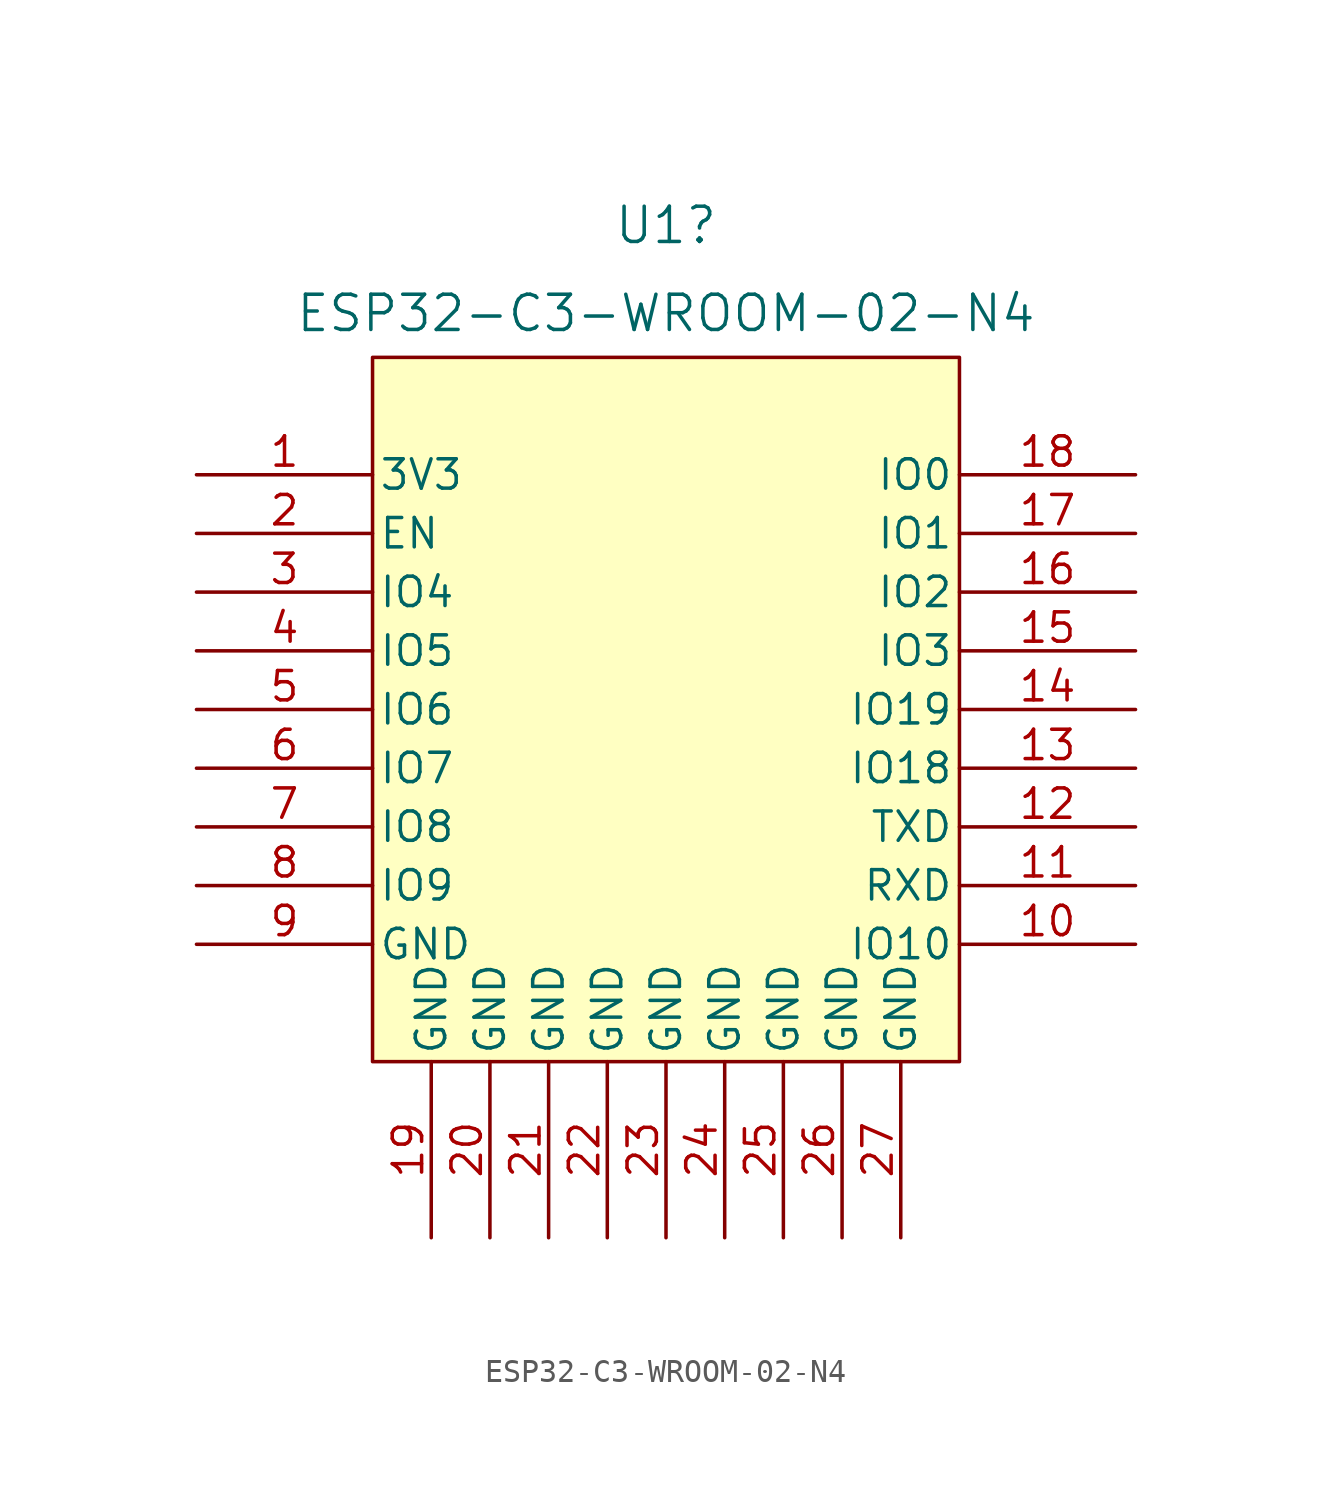
<source format=kicad_sym>
(kicad_symbol_lib
  (version 20220914)
  (generator kicad_symbol_editor)
  (symbol "ESP32-C3-WROOM-02-N4"
    (pin_names
      (offset 0.254))
    (property "Reference" "U1"
      (at 20.32 10.795 0)
      (effects (font (size 1.524 1.524))))
    (property "Value" "ESP32-C3-WROOM-02-N4"
      (at 20.32 6.985 0)
      (effects (font (size 1.524 1.524))))
    (property "ki_locked" ""
      (at 0 0 0)
      (effects (font (size 1.27 1.27))))
    (symbol "ESP32-C3-WROOM-02-N4_0_1"
      (pin unspecified line (at 0 0 0) (length 7.62) (name "3V3" (effects (font (size 1.27 1.27)))) (number "1" (effects (font (size 1.27 1.27)))))
      (pin bidirectional line (at 40.64 -20.32 180) (length 7.62) (name "IO10" (effects (font (size 1.27 1.27)))) (number "10" (effects (font (size 1.27 1.27)))))
      (pin unspecified line (at 40.64 -17.78 180) (length 7.62) (name "RXD" (effects (font (size 1.27 1.27)))) (number "11" (effects (font (size 1.27 1.27)))))
      (pin unspecified line (at 40.64 -15.24 180) (length 7.62) (name "TXD" (effects (font (size 1.27 1.27)))) (number "12" (effects (font (size 1.27 1.27)))))
      (pin bidirectional line (at 40.64 -12.7 180) (length 7.62) (name "IO18" (effects (font (size 1.27 1.27)))) (number "13" (effects (font (size 1.27 1.27)))))
      (pin bidirectional line (at 40.64 -10.16 180) (length 7.62) (name "IO19" (effects (font (size 1.27 1.27)))) (number "14" (effects (font (size 1.27 1.27)))))
      (pin bidirectional line (at 40.64 -7.62 180) (length 7.62) (name "IO3" (effects (font (size 1.27 1.27)))) (number "15" (effects (font (size 1.27 1.27)))))
      (pin bidirectional line (at 40.64 -5.08 180) (length 7.62) (name "IO2" (effects (font (size 1.27 1.27)))) (number "16" (effects (font (size 1.27 1.27)))))
      (pin bidirectional line (at 40.64 -2.54 180) (length 7.62) (name "IO1" (effects (font (size 1.27 1.27)))) (number "17" (effects (font (size 1.27 1.27)))))
      (pin bidirectional line (at 40.64 0 180) (length 7.62) (name "IO0" (effects (font (size 1.27 1.27)))) (number "18" (effects (font (size 1.27 1.27)))))
      (pin power_out line (at 10.16 -33.02 90) (length 7.62) (name "GND" (effects (font (size 1.27 1.27)))) (number "19" (effects (font (size 1.27 1.27)))))
      (pin unspecified line (at 0 -2.54 0) (length 7.62) (name "EN" (effects (font (size 1.27 1.27)))) (number "2" (effects (font (size 1.27 1.27)))))
      (pin power_out line (at 12.7 -33.02 90) (length 7.62) (name "GND" (effects (font (size 1.27 1.27)))) (number "20" (effects (font (size 1.27 1.27)))))
      (pin power_out line (at 15.24 -33.02 90) (length 7.62) (name "GND" (effects (font (size 1.27 1.27)))) (number "21" (effects (font (size 1.27 1.27)))))
      (pin power_out line (at 17.78 -33.02 90) (length 7.62) (name "GND" (effects (font (size 1.27 1.27)))) (number "22" (effects (font (size 1.27 1.27)))))
      (pin power_out line (at 20.32 -33.02 90) (length 7.62) (name "GND" (effects (font (size 1.27 1.27)))) (number "23" (effects (font (size 1.27 1.27)))))
      (pin power_out line (at 22.86 -33.02 90) (length 7.62) (name "GND" (effects (font (size 1.27 1.27)))) (number "24" (effects (font (size 1.27 1.27)))))
      (pin power_out line (at 25.4 -33.02 90) (length 7.62) (name "GND" (effects (font (size 1.27 1.27)))) (number "25" (effects (font (size 1.27 1.27)))))
      (pin power_out line (at 27.94 -33.02 90) (length 7.62) (name "GND" (effects (font (size 1.27 1.27)))) (number "26" (effects (font (size 1.27 1.27)))))
      (pin power_out line (at 30.48 -33.02 90) (length 7.62) (name "GND" (effects (font (size 1.27 1.27)))) (number "27" (effects (font (size 1.27 1.27)))))
      (pin bidirectional line (at 0 -5.08 0) (length 7.62) (name "IO4" (effects (font (size 1.27 1.27)))) (number "3" (effects (font (size 1.27 1.27)))))
      (pin bidirectional line (at 0 -7.62 0) (length 7.62) (name "IO5" (effects (font (size 1.27 1.27)))) (number "4" (effects (font (size 1.27 1.27)))))
      (pin bidirectional line (at 0 -10.16 0) (length 7.62) (name "IO6" (effects (font (size 1.27 1.27)))) (number "5" (effects (font (size 1.27 1.27)))))
      (pin bidirectional line (at 0 -12.7 0) (length 7.62) (name "IO7" (effects (font (size 1.27 1.27)))) (number "6" (effects (font (size 1.27 1.27)))))
      (pin bidirectional line (at 0 -15.24 0) (length 7.62) (name "IO8" (effects (font (size 1.27 1.27)))) (number "7" (effects (font (size 1.27 1.27)))))
      (pin bidirectional line (at 0 -17.78 0) (length 7.62) (name "IO9" (effects (font (size 1.27 1.27)))) (number "8" (effects (font (size 1.27 1.27)))))
      (pin power_out line (at 0 -20.32 0) (length 7.62) (name "GND" (effects (font (size 1.27 1.27)))) (number "9" (effects (font (size 1.27 1.27))))))
    (symbol "ESP32-C3-WROOM-02-N4_1_1"
      (rectangle (start 7.62 5.08) (end 33.02 -25.4) (stroke (width 0) (type default)) (fill (type background))))))
</source>
